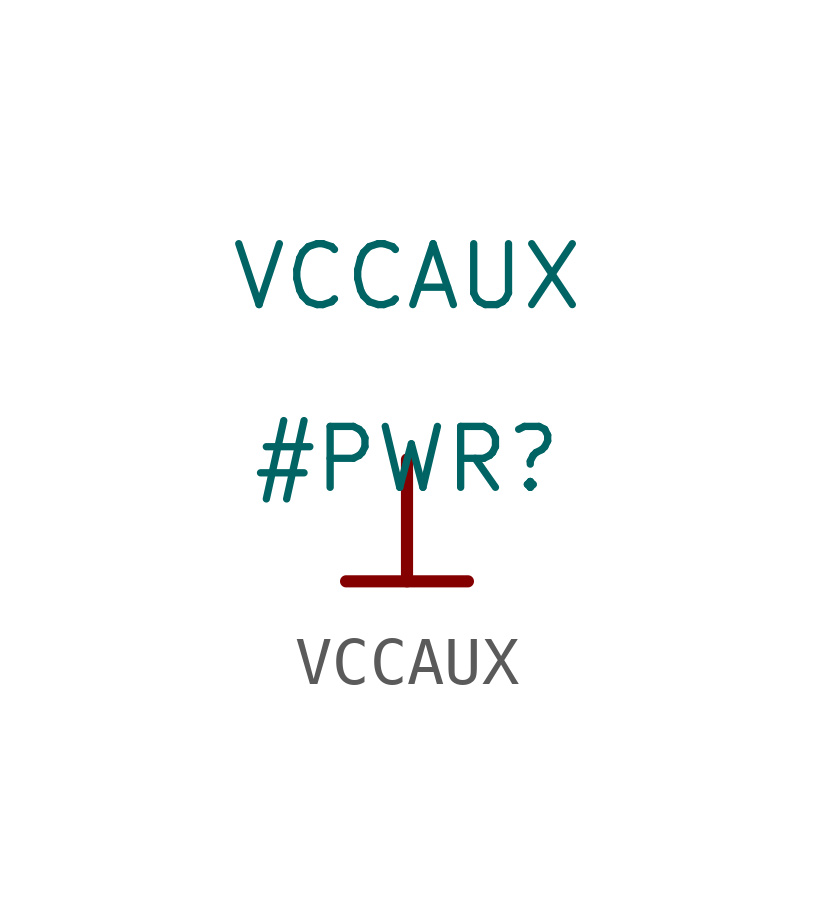
<source format=kicad_sym>
(kicad_symbol_lib
  (version 20211014)
  (generator kicad_symbol_editor)
  (symbol "VCCAUX"
    (power)
    (property "Reference" "#PWR"
      (at 0 0 0)
      (effects (font (size 1.27 1.27))))
    (property "Value" "VCCAUX"
      (at 0 3.81 0)
      (effects (font (size 1.27 1.27))))
    (symbol "VCCAUX_0_0"
      (polyline (pts (xy -1.27 -2.54) (xy 1.27 -2.54)) (stroke (width 0.254) (type default) (color 0 0 0 0)) (fill (type none)))
      (polyline (pts (xy 0 0) (xy 0 -2.54)) (stroke (width 0.254) (type default) (color 0 0 0 0)) (fill (type none)))
      (pin power_in line (at 0 0 0) (length 0) hide (name "VCCAUX" (effects (font (size 1.27 1.27)))) (number "" (effects (font (size 1.27 1.27))))))))
</source>
